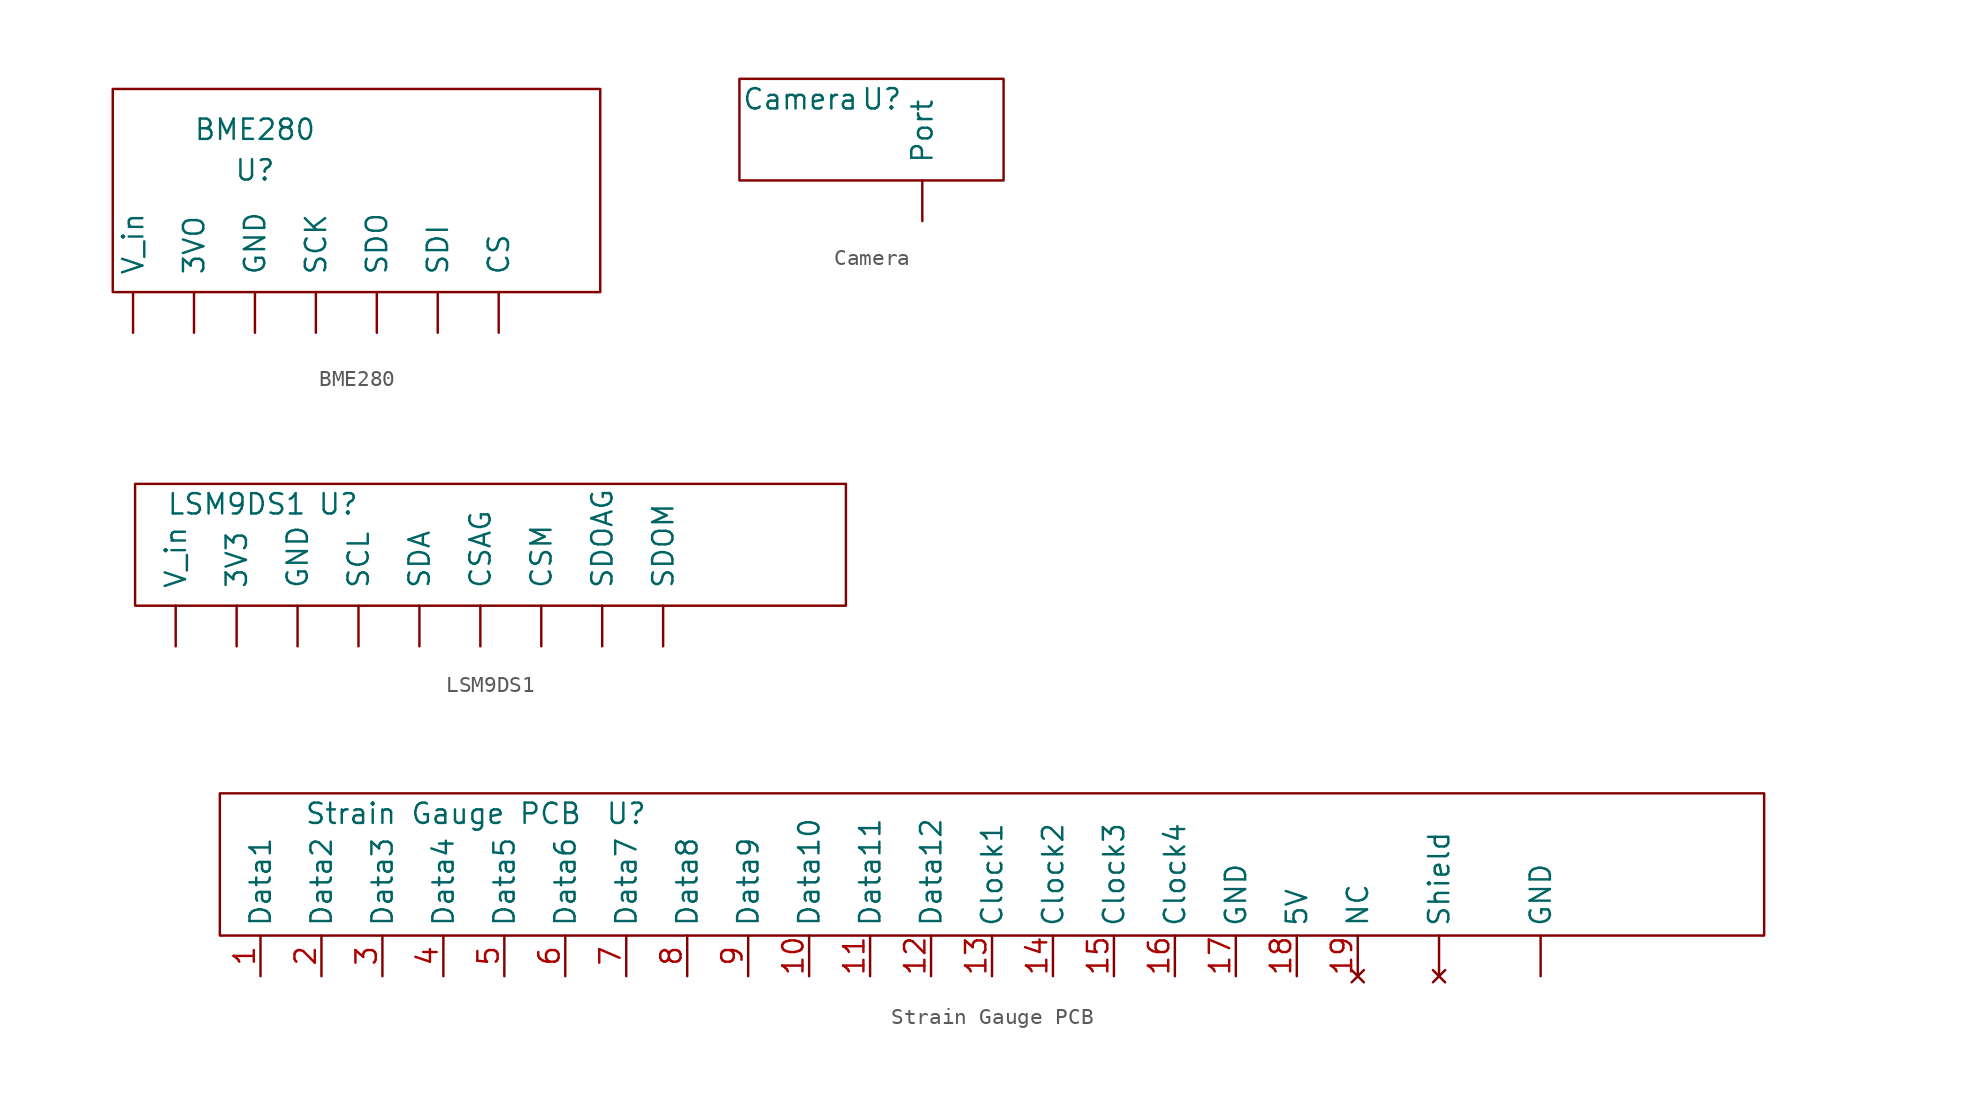
<source format=kicad_sym>
(kicad_symbol_lib
  (version 20211014)
  (generator kicad_symbol_editor)
  (symbol "BME280"
    (pin_names
      (offset 1.016))
    (property "Reference" "U"
      (at 0 0 0)
      (effects (font (size 1.27 1.27))))
    (property "Value" "BME280"
      (at 0 2.54 0)
      (effects (font (size 1.27 1.27))))
    (symbol "BME280_0_1"
      (rectangle (start -8.89 5.08) (end 21.59 -7.62) (stroke (width 0) (type default) (color 0 0 0 0)) (fill (type none))))
    (symbol "BME280_1_1"
      (pin power_out line (at -3.81 -10.16 90) (length 2.54) (name "3VO" (effects (font (size 1.27 1.27)))) (number "~" (effects (font (size 1.27 1.27)))))
      (pin output line (at 15.24 -10.16 90) (length 2.54) (name "CS" (effects (font (size 1.27 1.27)))) (number "~" (effects (font (size 1.27 1.27)))))
      (pin power_out line (at 0 -10.16 90) (length 2.54) (name "GND" (effects (font (size 1.27 1.27)))) (number "~" (effects (font (size 1.27 1.27)))))
      (pin input line (at 3.81 -10.16 90) (length 2.54) (name "SCK" (effects (font (size 1.27 1.27)))) (number "~" (effects (font (size 1.27 1.27)))))
      (pin input line (at 11.43 -10.16 90) (length 2.54) (name "SDI" (effects (font (size 1.27 1.27)))) (number "~" (effects (font (size 1.27 1.27)))))
      (pin output line (at 7.62 -10.16 90) (length 2.54) (name "SDO" (effects (font (size 1.27 1.27)))) (number "~" (effects (font (size 1.27 1.27)))))
      (pin power_in line (at -7.62 -10.16 90) (length 2.54) (name "V_in" (effects (font (size 1.27 1.27)))) (number "~" (effects (font (size 1.27 1.27)))))))
  (symbol "Camera"
    (pin_names
      (offset 1.016))
    (property "Reference" "U"
      (at 6.35 2.54 0)
      (effects (font (size 1.27 1.27))))
    (property "Value" "Camera"
      (at 1.27 2.54 0)
      (effects (font (size 1.27 1.27))))
    (symbol "Camera_0_1"
      (rectangle (start -2.54 3.81) (end 13.97 -2.54) (stroke (width 0) (type default) (color 0 0 0 0)) (fill (type none))))
    (symbol "Camera_1_1"
      (pin bidirectional line (at 8.89 -5.08 90) (length 2.54) (name "Port" (effects (font (size 1.27 1.27)))) (number "~" (effects (font (size 1.27 1.27)))))))
  (symbol "LSM9DS1"
    (pin_names
      (offset 1.016))
    (property "Reference" "U"
      (at 6.35 5.08 0)
      (effects (font (size 1.27 1.27))))
    (property "Value" "LSM9DS1"
      (at 0 5.08 0)
      (effects (font (size 1.27 1.27))))
    (symbol "LSM9DS1_0_1"
      (rectangle (start -6.35 6.35) (end 38.1 -1.27) (stroke (width 0) (type default) (color 0 0 0 0)) (fill (type none))))
    (symbol "LSM9DS1_1_1"
      (pin power_out line (at 0 -3.81 90) (length 2.54) (name "3V3" (effects (font (size 1.27 1.27)))) (number "~" (effects (font (size 1.27 1.27)))))
      (pin input line (at 15.24 -3.81 90) (length 2.54) (name "CSAG" (effects (font (size 1.27 1.27)))) (number "~" (effects (font (size 1.27 1.27)))))
      (pin input line (at 19.05 -3.81 90) (length 2.54) (name "CSM" (effects (font (size 1.27 1.27)))) (number "~" (effects (font (size 1.27 1.27)))))
      (pin power_out line (at 3.81 -3.81 90) (length 2.54) (name "GND" (effects (font (size 1.27 1.27)))) (number "~" (effects (font (size 1.27 1.27)))))
      (pin bidirectional line (at 7.62 -3.81 90) (length 2.54) (name "SCL" (effects (font (size 1.27 1.27)))) (number "~" (effects (font (size 1.27 1.27)))))
      (pin bidirectional line (at 11.43 -3.81 90) (length 2.54) (name "SDA" (effects (font (size 1.27 1.27)))) (number "~" (effects (font (size 1.27 1.27)))))
      (pin input line (at 22.86 -3.81 90) (length 2.54) (name "SDOAG" (effects (font (size 1.27 1.27)))) (number "~" (effects (font (size 1.27 1.27)))))
      (pin input line (at 26.67 -3.81 90) (length 2.54) (name "SDOM" (effects (font (size 1.27 1.27)))) (number "~" (effects (font (size 1.27 1.27)))))
      (pin power_in line (at -3.81 -3.81 90) (length 2.54) (name "V_in" (effects (font (size 1.27 1.27)))) (number "~" (effects (font (size 1.27 1.27)))))))
  (symbol "Strain Gauge PCB"
    (property "Reference" "U"
      (at 11.43 2.54 0)
      (effects (font (size 1.27 1.27))))
    (property "Value" "Strain Gauge PCB"
      (at 0 2.54 0)
      (effects (font (size 1.27 1.27))))
    (symbol "Strain Gauge PCB_0_1"
      (rectangle (start -13.97 3.81) (end 82.55 -5.08) (stroke (width 0.152) (type default) (color 0 0 0 0)) (fill (type none))))
    (symbol "Strain Gauge PCB_1_1"
      (pin output line (at 68.58 -7.62 90) (length 2.54) (name "GND" (effects (font (size 1.27 1.27)))) (number "" (effects (font (size 1.27 1.27)))))
      (pin no_connect line (at 62.23 -7.62 90) (length 2.54) (name "Shield" (effects (font (size 1.27 1.27)))) (number "" (effects (font (size 1.27 1.27)))))
      (pin output line (at -11.43 -7.62 90) (length 2.54) (name "Data1" (effects (font (size 1.27 1.27)))) (number "1" (effects (font (size 1.27 1.27)))))
      (pin output line (at 22.86 -7.62 90) (length 2.54) (name "Data10" (effects (font (size 1.27 1.27)))) (number "10" (effects (font (size 1.27 1.27)))))
      (pin output line (at 26.67 -7.62 90) (length 2.54) (name "Data11" (effects (font (size 1.27 1.27)))) (number "11" (effects (font (size 1.27 1.27)))))
      (pin output line (at 30.48 -7.62 90) (length 2.54) (name "Data12" (effects (font (size 1.27 1.27)))) (number "12" (effects (font (size 1.27 1.27)))))
      (pin output line (at 34.29 -7.62 90) (length 2.54) (name "Clock1" (effects (font (size 1.27 1.27)))) (number "13" (effects (font (size 1.27 1.27)))))
      (pin output line (at 38.1 -7.62 90) (length 2.54) (name "Clock2" (effects (font (size 1.27 1.27)))) (number "14" (effects (font (size 1.27 1.27)))))
      (pin output line (at 41.91 -7.62 90) (length 2.54) (name "Clock3" (effects (font (size 1.27 1.27)))) (number "15" (effects (font (size 1.27 1.27)))))
      (pin output line (at 45.72 -7.62 90) (length 2.54) (name "Clock4" (effects (font (size 1.27 1.27)))) (number "16" (effects (font (size 1.27 1.27)))))
      (pin power_out line (at 49.53 -7.62 90) (length 2.54) (name "GND" (effects (font (size 1.27 1.27)))) (number "17" (effects (font (size 1.27 1.27)))))
      (pin power_in line (at 53.34 -7.62 90) (length 2.54) (name "5V" (effects (font (size 1.27 1.27)))) (number "18" (effects (font (size 1.27 1.27)))))
      (pin no_connect line (at 57.15 -7.62 90) (length 2.54) (name "NC" (effects (font (size 1.27 1.27)))) (number "19" (effects (font (size 1.27 1.27)))))
      (pin output line (at -7.62 -7.62 90) (length 2.54) (name "Data2" (effects (font (size 1.27 1.27)))) (number "2" (effects (font (size 1.27 1.27)))))
      (pin output line (at -3.81 -7.62 90) (length 2.54) (name "Data3" (effects (font (size 1.27 1.27)))) (number "3" (effects (font (size 1.27 1.27)))))
      (pin output line (at 0 -7.62 90) (length 2.54) (name "Data4" (effects (font (size 1.27 1.27)))) (number "4" (effects (font (size 1.27 1.27)))))
      (pin output line (at 3.81 -7.62 90) (length 2.54) (name "Data5" (effects (font (size 1.27 1.27)))) (number "5" (effects (font (size 1.27 1.27)))))
      (pin output line (at 7.62 -7.62 90) (length 2.54) (name "Data6" (effects (font (size 1.27 1.27)))) (number "6" (effects (font (size 1.27 1.27)))))
      (pin output line (at 11.43 -7.62 90) (length 2.54) (name "Data7" (effects (font (size 1.27 1.27)))) (number "7" (effects (font (size 1.27 1.27)))))
      (pin output line (at 15.24 -7.62 90) (length 2.54) (name "Data8" (effects (font (size 1.27 1.27)))) (number "8" (effects (font (size 1.27 1.27)))))
      (pin output line (at 19.05 -7.62 90) (length 2.54) (name "Data9" (effects (font (size 1.27 1.27)))) (number "9" (effects (font (size 1.27 1.27))))))))
</source>
